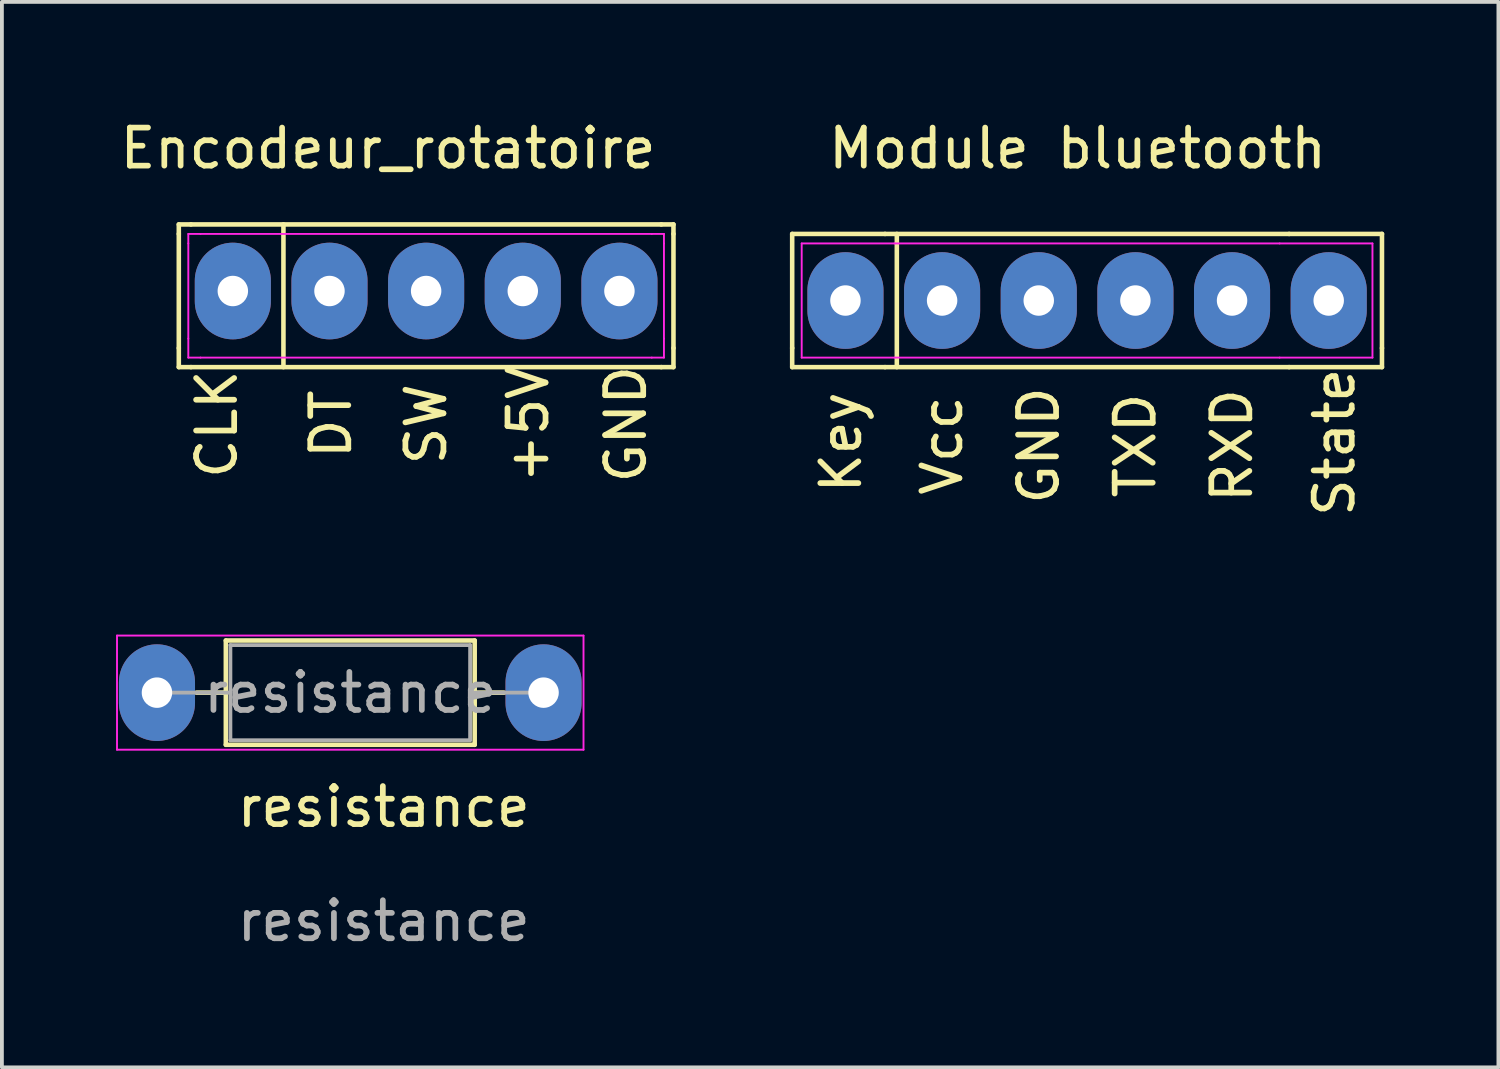
<source format=kicad_pcb>
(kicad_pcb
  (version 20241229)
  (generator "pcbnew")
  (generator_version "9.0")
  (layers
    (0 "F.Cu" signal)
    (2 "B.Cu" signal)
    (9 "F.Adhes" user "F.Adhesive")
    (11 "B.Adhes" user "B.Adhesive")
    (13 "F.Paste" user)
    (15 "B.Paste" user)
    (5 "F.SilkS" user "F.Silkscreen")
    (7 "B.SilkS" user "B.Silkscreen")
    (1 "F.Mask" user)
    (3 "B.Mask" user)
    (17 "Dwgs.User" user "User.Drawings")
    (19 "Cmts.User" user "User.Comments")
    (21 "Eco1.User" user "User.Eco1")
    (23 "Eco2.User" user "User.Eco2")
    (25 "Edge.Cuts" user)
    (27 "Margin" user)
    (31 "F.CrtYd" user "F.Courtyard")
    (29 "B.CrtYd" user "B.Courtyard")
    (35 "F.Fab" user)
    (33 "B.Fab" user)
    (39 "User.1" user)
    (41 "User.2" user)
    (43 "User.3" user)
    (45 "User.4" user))
  (footprint "Module bluetooth"
    (layer "F.Cu")
    (at 25.519 4.848)
    (property "Reference" "Module bluetooth" (at -0.25 -4 0) (layer "F.SilkS") (effects (font (size 1 1) (thickness 0.15))))
    (attr through_hole)
    (fp_line (start -7.75 -1.75) (end -5.31 -1.75) (stroke (width 0.12) (type solid)) (layer "F.SilkS"))
    (fp_line (start -7.75 1.25) (end -7.75 -1.75) (stroke (width 0.12) (type solid)) (layer "F.SilkS"))
    (fp_line (start -7.75 1.25) (end -7.75 1.75) (stroke (width 0.12) (type solid)) (layer "F.SilkS"))
    (fp_line (start -7.75 1.75) (end -5.31 1.75) (stroke (width 0.12) (type solid)) (layer "F.SilkS"))
    (fp_line (start -5.31 -1.75) (end 5.31 -1.75) (stroke (width 0.12) (type solid)) (layer "F.SilkS"))
    (fp_line (start -5 -1.75) (end -5 1.75) (stroke (width 0.12) (type solid)) (layer "F.SilkS"))
    (fp_line (start 5.31 -1.75) (end 7.75 -1.75) (stroke (width 0.12) (type solid)) (layer "F.SilkS"))
    (fp_line (start 5.31 1.75) (end -5.31 1.75) (stroke (width 0.12) (type solid)) (layer "F.SilkS"))
    (fp_line (start 7.75 -1.75) (end 7.75 1.25) (stroke (width 0.12) (type solid)) (layer "F.SilkS"))
    (fp_line (start 7.75 1.25) (end 7.75 1.75) (stroke (width 0.12) (type solid)) (layer "F.SilkS"))
    (fp_line (start 7.75 1.75) (end 5.31 1.75) (stroke (width 0.12) (type solid)) (layer "F.SilkS"))
    (fp_line (start -7.5 -1.5) (end -7.5 1.5) (stroke (width 0.05) (type solid)) (layer "F.CrtYd"))
    (fp_line (start -7.5 1.5) (end -5.06 1.5) (stroke (width 0.05) (type solid)) (layer "F.CrtYd"))
    (fp_line (start -5.06 -1.5) (end -7.5 -1.5) (stroke (width 0.05) (type solid)) (layer "F.CrtYd"))
    (fp_line (start -5.06 -1.5) (end 5.06 -1.5) (stroke (width 0.05) (type solid)) (layer "F.CrtYd"))
    (fp_line (start 5.06 1.5) (end -5.06 1.5) (stroke (width 0.05) (type solid)) (layer "F.CrtYd"))
    (fp_line (start 5.06 1.5) (end 7.5 1.5) (stroke (width 0.05) (type solid)) (layer "F.CrtYd"))
    (fp_line (start 7.5 -1.5) (end 5.06 -1.5) (stroke (width 0.05) (type solid)) (layer "F.CrtYd"))
    (fp_line (start 7.5 1.5) (end 7.5 -1.5) (stroke (width 0.05) (type solid)) (layer "F.CrtYd"))
    (fp_text user "RXD" (at 3.81 3.81 90) (layer "F.SilkS") (effects (font (size 1 1) (thickness 0.15))))
    (fp_text user "GND" (at -1.27 3.81 90) (layer "F.SilkS") (effects (font (size 1 1) (thickness 0.15))))
    (fp_text user "Vcc" (at -3.81 3.81 90) (layer "F.SilkS") (effects (font (size 1 1) (thickness 0.15))))
    (fp_text user "TXD" (at 1.27 3.81 90) (layer "F.SilkS") (effects (font (size 1 1) (thickness 0.15))))
    (fp_text user "State" (at 6.5 3.726 90) (layer "F.SilkS") (effects (font (size 1 1) (thickness 0.15))))
    (fp_text user "Key" (at -6.466 3.726 90) (layer "F.SilkS") (effects (font (size 1 1) (thickness 0.15))))
    (pad "1" thru_hole oval (at -6.35 0) (size 2 2.54) (drill 0.8) (layers "*.Cu" "*.Mask"))
    (pad "2" thru_hole oval (at -3.81 0) (size 2 2.54) (drill 0.8) (layers "*.Cu" "*.Mask"))
    (pad "3" thru_hole oval (at -1.27 0) (size 2 2.54) (drill 0.8) (layers "*.Cu" "*.Mask"))
    (pad "4" thru_hole oval (at 1.27 0) (size 2 2.54) (drill 0.8) (layers "*.Cu" "*.Mask"))
    (pad "5" thru_hole oval (at 3.81 0) (size 2 2.54) (drill 0.8) (layers "*.Cu" "*.Mask"))
    (pad "6" thru_hole oval (at 6.35 0) (size 2 2.54) (drill 0.8) (layers "*.Cu" "*.Mask")))
  (footprint "resistance"
    (layer "F.Cu")
    (at 7.035 18.653)
    (property "Reference" "resistance" (at 0 -0.5 0) (unlocked yes) (layer "F.SilkS") (effects (font (size 1 1) (thickness 0.15))))
    (attr through_hole)
    (fp_line (start -4.92 -3.5) (end -4.15 -3.5) (stroke (width 0.12) (type solid)) (layer "F.SilkS"))
    (fp_line (start -4.15 -4.87) (end -4.15 -2.13) (stroke (width 0.12) (type solid)) (layer "F.SilkS"))
    (fp_line (start -4.15 -2.13) (end 2.39 -2.13) (stroke (width 0.12) (type solid)) (layer "F.SilkS"))
    (fp_line (start 2.39 -4.87) (end -4.15 -4.87) (stroke (width 0.12) (type solid)) (layer "F.SilkS"))
    (fp_line (start 2.39 -2.13) (end 2.39 -4.87) (stroke (width 0.12) (type solid)) (layer "F.SilkS"))
    (fp_line (start 3.16 -3.5) (end 2.39 -3.5) (stroke (width 0.12) (type solid)) (layer "F.SilkS"))
    (fp_line (start -7.01 -5) (end -7.01 -2) (stroke (width 0.05) (type solid)) (layer "F.CrtYd"))
    (fp_line (start -7.01 -2) (end 5.25 -2) (stroke (width 0.05) (type solid)) (layer "F.CrtYd"))
    (fp_line (start 5.25 -5) (end -7.01 -5) (stroke (width 0.05) (type solid)) (layer "F.CrtYd"))
    (fp_line (start 5.25 -2) (end 5.25 -5) (stroke (width 0.05) (type solid)) (layer "F.CrtYd"))
    (fp_line (start -5.96 -3.5) (end -4.03 -3.5) (stroke (width 0.1) (type solid)) (layer "F.Fab"))
    (fp_line (start -4.03 -4.75) (end -4.03 -2.25) (stroke (width 0.1) (type solid)) (layer "F.Fab"))
    (fp_line (start -4.03 -2.25) (end 2.27 -2.25) (stroke (width 0.1) (type solid)) (layer "F.Fab"))
    (fp_line (start 2.27 -4.75) (end -4.03 -4.75) (stroke (width 0.1) (type solid)) (layer "F.Fab"))
    (fp_line (start 2.27 -2.25) (end 2.27 -4.75) (stroke (width 0.1) (type solid)) (layer "F.Fab"))
    (fp_line (start 4.2 -3.5) (end 2.27 -3.5) (stroke (width 0.1) (type solid)) (layer "F.Fab"))
    (fp_text user "${REFERENCE}" (at 0 2.5 0) (unlocked yes) (layer "F.Fab") (effects (font (size 1 1) (thickness 0.15))))
    (fp_text user "${REFERENCE}" (at -0.88 -3.5 0) (layer "F.Fab") (effects (font (size 1 1) (thickness 0.15))))
    (pad "1" thru_hole oval (at -5.96 -3.5) (size 2 2.54) (drill 0.8) (layers "*.Cu" "*.Mask"))
    (pad "2" thru_hole oval (at 4.2 -3.5) (size 2 2.54) (drill 0.8) (layers "*.Cu" "*.Mask")))
  (footprint "Encodeur_rotatoire"
    (layer "F.Cu")
    (at 7.149 4.598)
    (property "Reference" "Encodeur_rotatoire" (at 0 -3.75 0) (layer "F.SilkS") (effects (font (size 1 1) (thickness 0.15))))
    (fp_line (start -5.5 -1.75) (end -5.18 -1.75) (stroke (width 0.12) (type solid)) (layer "F.SilkS"))
    (fp_line (start -5.5 -1.5) (end -5.5 -1.75) (stroke (width 0.12) (type solid)) (layer "F.SilkS"))
    (fp_line (start -5.5 1.5) (end -5.5 -1.5) (stroke (width 0.12) (type solid)) (layer "F.SilkS"))
    (fp_line (start -5.5 1.5) (end -5.5 2) (stroke (width 0.12) (type solid)) (layer "F.SilkS"))
    (fp_line (start -5.5 2) (end -5.18 2) (stroke (width 0.12) (type solid)) (layer "F.SilkS"))
    (fp_line (start -5.18 -1.75) (end 7.18 -1.75) (stroke (width 0.12) (type solid)) (layer "F.SilkS"))
    (fp_line (start -2.75 -1.75) (end -2.75 2) (stroke (width 0.12) (type solid)) (layer "F.SilkS"))
    (fp_line (start 7.18 -1.75) (end 7.5 -1.75) (stroke (width 0.12) (type solid)) (layer "F.SilkS"))
    (fp_line (start 7.18 2) (end -5.18 2) (stroke (width 0.12) (type solid)) (layer "F.SilkS"))
    (fp_line (start 7.5 -1.75) (end 7.5 -1.5) (stroke (width 0.12) (type solid)) (layer "F.SilkS"))
    (fp_line (start 7.5 -1.5) (end 7.5 1.5) (stroke (width 0.12) (type solid)) (layer "F.SilkS"))
    (fp_line (start 7.5 1.5) (end 7.5 2) (stroke (width 0.12) (type solid)) (layer "F.SilkS"))
    (fp_line (start 7.5 2) (end 7.18 2) (stroke (width 0.12) (type solid)) (layer "F.SilkS"))
    (fp_line (start -5.25 -1.5) (end -4.93 -1.5) (stroke (width 0.05) (type solid)) (layer "F.CrtYd"))
    (fp_line (start -5.25 -1.25) (end -5.25 -1.5) (stroke (width 0.05) (type solid)) (layer "F.CrtYd"))
    (fp_line (start -5.25 1.25) (end -5.25 -1.25) (stroke (width 0.05) (type solid)) (layer "F.CrtYd"))
    (fp_line (start -5.25 1.25) (end -5.25 1.75) (stroke (width 0.05) (type solid)) (layer "F.CrtYd"))
    (fp_line (start -5.25 1.75) (end -4.93 1.75) (stroke (width 0.05) (type solid)) (layer "F.CrtYd"))
    (fp_line (start -4.93 -1.5) (end 6.93 -1.5) (stroke (width 0.05) (type solid)) (layer "F.CrtYd"))
    (fp_line (start 6.93 -1.5) (end 7.25 -1.5) (stroke (width 0.05) (type solid)) (layer "F.CrtYd"))
    (fp_line (start 6.93 1.75) (end -4.93 1.75) (stroke (width 0.05) (type solid)) (layer "F.CrtYd"))
    (fp_line (start 7.25 -1.5) (end 7.25 -1.25) (stroke (width 0.05) (type solid)) (layer "F.CrtYd"))
    (fp_line (start 7.25 -1.25) (end 7.25 1.25) (stroke (width 0.05) (type solid)) (layer "F.CrtYd"))
    (fp_line (start 7.25 1.25) (end 7.25 1.75) (stroke (width 0.05) (type solid)) (layer "F.CrtYd"))
    (fp_line (start 7.25 1.75) (end 6.93 1.75) (stroke (width 0.05) (type solid)) (layer "F.CrtYd"))
    (fp_text user "+5V" (at 3.683 3.5 90) (layer "F.SilkS") (effects (font (size 1 1) (thickness 0.15))))
    (fp_text user "CLK" (at -4.5 3.5 90) (layer "F.SilkS") (effects (font (size 1 1) (thickness 0.15))))
    (fp_text user "DT" (at -1.5 3.5 90) (layer "F.SilkS") (effects (font (size 1 1) (thickness 0.15))))
    (fp_text user "SW" (at 1 3.5 90) (layer "F.SilkS") (effects (font (size 1 1) (thickness 0.15))))
    (fp_text user "GND" (at 6.25 3.5 90) (layer "F.SilkS") (effects (font (size 1 1) (thickness 0.15))))
    (pad "1" thru_hole oval (at -4.08 0) (size 2 2.54) (drill 0.8) (layers "*.Cu" "*.Mask"))
    (pad "2" thru_hole oval (at -1.54 0) (size 2 2.54) (drill 0.8) (layers "*.Cu" "*.Mask"))
    (pad "3" thru_hole oval (at 1 0) (size 2 2.54) (drill 0.8) (layers "*.Cu" "*.Mask"))
    (pad "4" thru_hole oval (at 3.54 0) (size 2 2.54) (drill 0.8) (layers "*.Cu" "*.Mask"))
    (pad "5" thru_hole oval (at 6.08 0) (size 2 2.54) (drill 0.8) (layers "*.Cu" "*.Mask")))
  (gr_rect
    (start -3 -3)
    (end 36.329 25.001)
    (stroke (width 0.1) (type default))
    (fill no)
    (layer "Edge.Cuts")))
</source>
